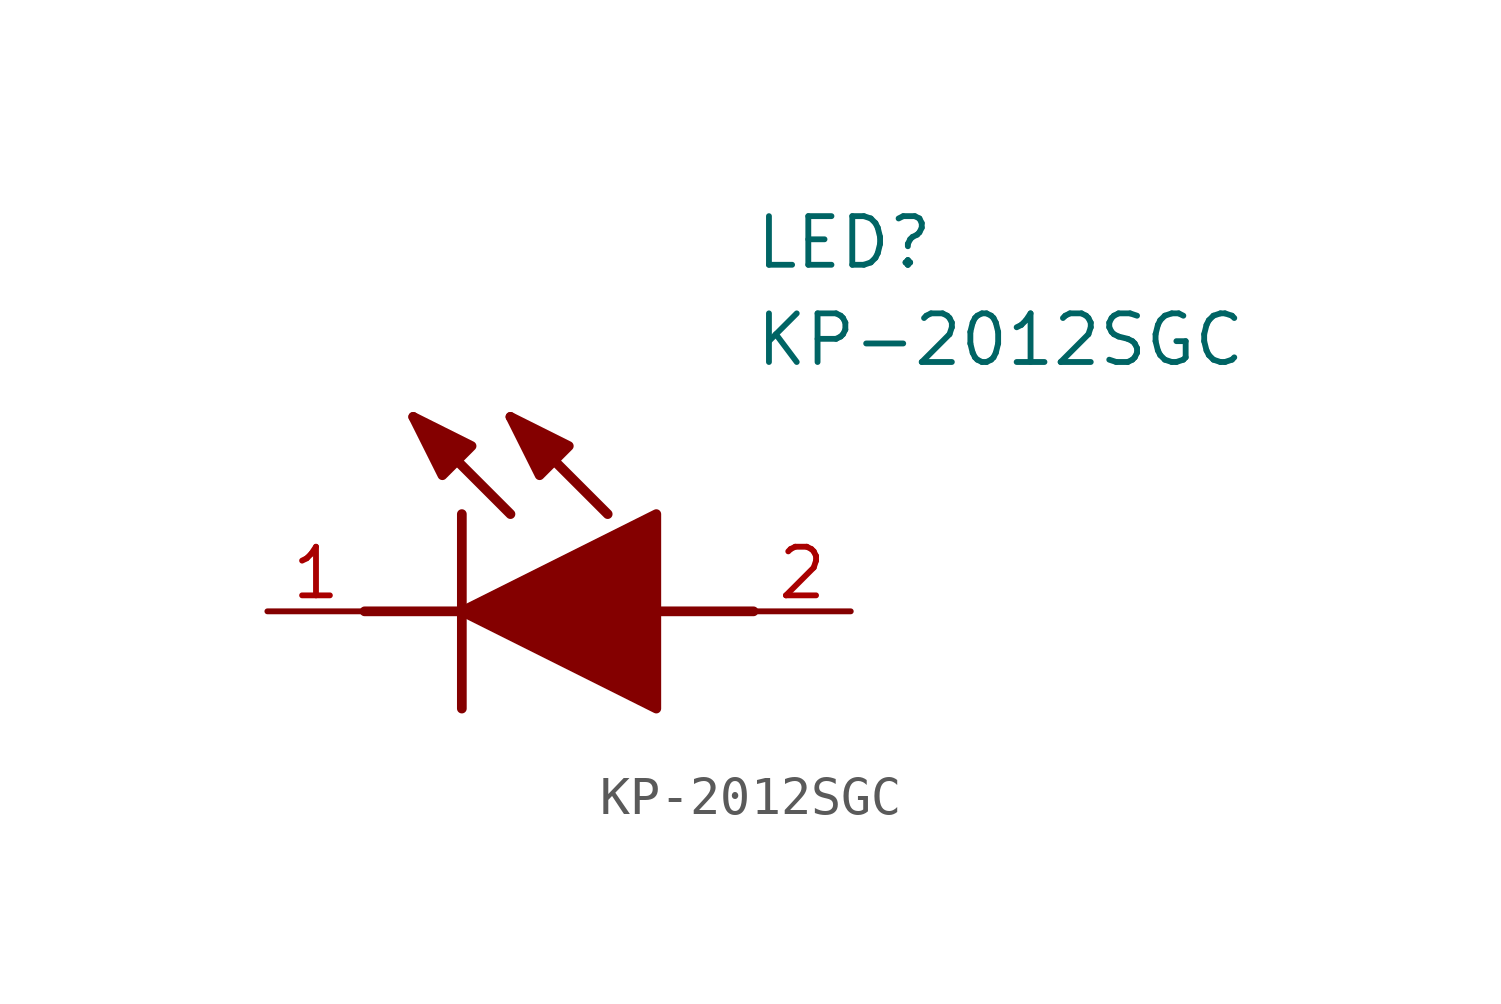
<source format=kicad_sym>
(kicad_symbol_lib
  (version 20211014)
  (generator SamacSys_ECAD_Model)
  (symbol "KP-2012SGC"
    (pin_names hide)
    (property "Reference" "LED"
      (at 12.7 8.89 0)
      (effects (font (size 1.27 1.27)) (justify left bottom)))
    (property "Value" "KP-2012SGC"
      (at 12.7 6.35 0)
      (effects (font (size 1.27 1.27)) (justify left bottom)))
    (polyline
      (pts (xy 5.08 2.54) (xy 5.08 -2.54))
      (stroke (width 0.254) (type default))
      (fill (type none)))
    (polyline
      (pts (xy 6.35 2.54) (xy 3.81 5.08))
      (stroke (width 0.254) (type default))
      (fill (type none)))
    (polyline
      (pts (xy 8.89 2.54) (xy 6.35 5.08))
      (stroke (width 0.254) (type default))
      (fill (type none)))
    (polyline
      (pts (xy 2.54 0) (xy 5.08 0))
      (stroke (width 0.254) (type default))
      (fill (type none)))
    (polyline
      (pts (xy 10.16 0) (xy 12.7 0))
      (stroke (width 0.254) (type default))
      (fill (type none)))
    (polyline
      (pts (xy 5.08 0) (xy 10.16 2.54) (xy 10.16 -2.54) (xy 5.08 0))
      (stroke (width 0.254) (type default))
      (fill (type outline)))
    (polyline
      (pts (xy 5.334 4.318) (xy 4.572 3.556) (xy 3.81 5.08) (xy 5.334 4.318))
      (stroke (width 0.254) (type default))
      (fill (type outline)))
    (polyline
      (pts (xy 7.874 4.318) (xy 7.112 3.556) (xy 6.35 5.08) (xy 7.874 4.318))
      (stroke (width 0.254) (type default))
      (fill (type outline)))
    (pin passive line
      (at 0 0 0)
      (length 2.54)
      (name "K" (effects (font (size 1.27 1.27))))
      (number "1" (effects (font (size 1.27 1.27)))))
    (pin passive line
      (at 15.24 0 180)
      (length 2.54)
      (name "A" (effects (font (size 1.27 1.27))))
      (number "2" (effects (font (size 1.27 1.27)))))))
</source>
